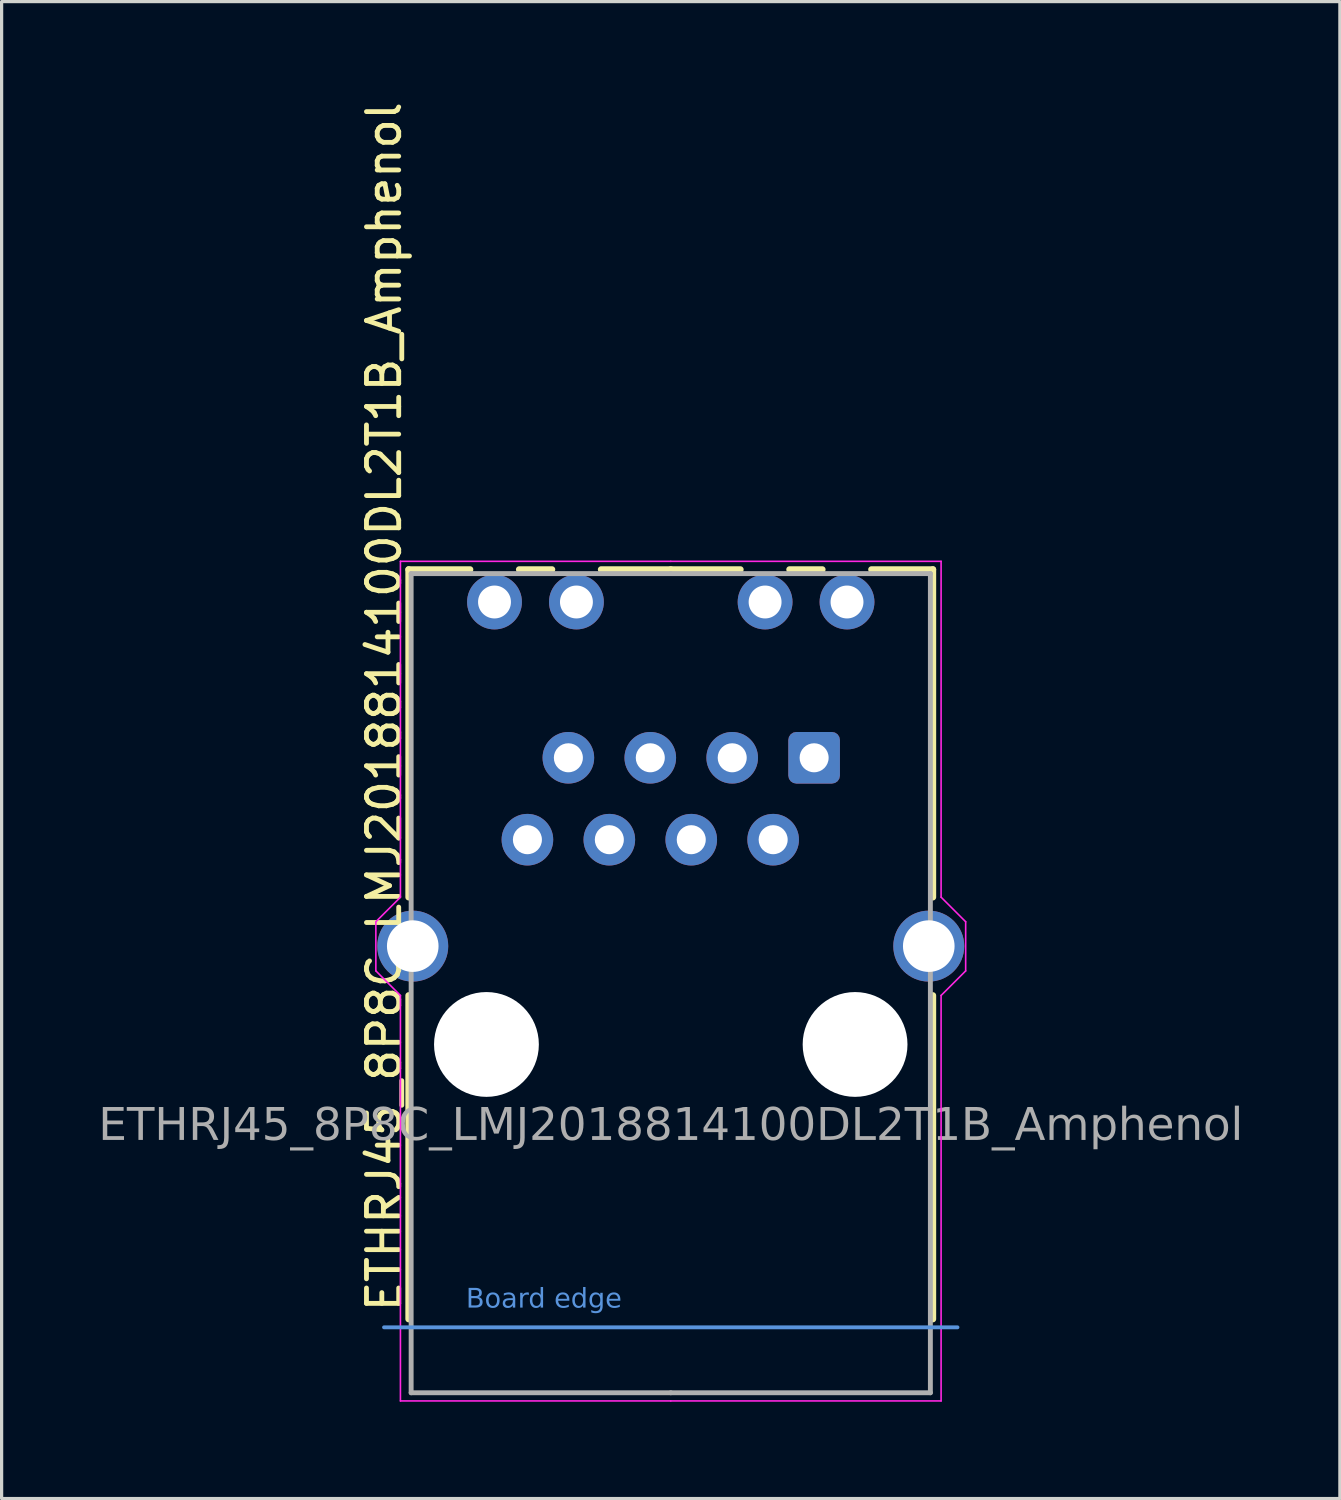
<source format=kicad_pcb>
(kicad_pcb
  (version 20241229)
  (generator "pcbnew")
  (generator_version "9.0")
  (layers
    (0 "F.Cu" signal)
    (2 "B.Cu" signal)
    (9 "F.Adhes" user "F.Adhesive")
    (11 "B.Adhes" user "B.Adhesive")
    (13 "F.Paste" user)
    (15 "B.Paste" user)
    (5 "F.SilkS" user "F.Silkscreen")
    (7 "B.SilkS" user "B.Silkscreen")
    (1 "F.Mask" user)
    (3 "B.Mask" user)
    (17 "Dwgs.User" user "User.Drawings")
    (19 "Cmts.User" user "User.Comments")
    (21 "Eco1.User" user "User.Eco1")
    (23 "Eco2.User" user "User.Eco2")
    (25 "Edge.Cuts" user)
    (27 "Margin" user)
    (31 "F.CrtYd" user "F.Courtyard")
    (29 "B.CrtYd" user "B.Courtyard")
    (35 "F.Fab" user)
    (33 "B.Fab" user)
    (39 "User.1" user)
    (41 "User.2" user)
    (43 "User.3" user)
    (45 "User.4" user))
  (footprint "ETHRJ45_8P8C_LMJ2018814100DL2T1B_Amphenol"
    (layer "F.Cu")
    (at 17.748 25.848)
    (property "Reference" "ETHRJ45_8P8C_LMJ2018814100DL2T1B_Amphenol" (at -8.89 -6.985 90) (layer "F.SilkS") (effects (font (size 1 1) (thickness 0.15))))
    (attr through_hole)
    (fp_line (start -8.128 -1.079) (end -8.128 -11.239) (stroke (width 0.203) (type solid)) (layer "F.SilkS"))
    (fp_line (start -8.128 1.968) (end -8.128 12.002) (stroke (width 0.203) (type solid)) (layer "F.SilkS"))
    (fp_line (start -6.223 -11.239) (end -8.128 -11.239) (stroke (width 0.203) (type solid)) (layer "F.SilkS"))
    (fp_line (start -4.699 -11.239) (end -3.683 -11.239) (stroke (width 0.203) (type solid)) (layer "F.SilkS"))
    (fp_line (start 0 -11.239) (end -2.159 -11.239) (stroke (width 0.203) (type solid)) (layer "F.SilkS"))
    (fp_line (start 0 -11.239) (end 2.159 -11.239) (stroke (width 0.203) (type solid)) (layer "F.SilkS"))
    (fp_line (start 4.699 -11.239) (end 3.683 -11.239) (stroke (width 0.203) (type solid)) (layer "F.SilkS"))
    (fp_line (start 6.223 -11.239) (end 8.128 -11.239) (stroke (width 0.203) (type solid)) (layer "F.SilkS"))
    (fp_line (start 8.128 -1.079) (end 8.128 -11.239) (stroke (width 0.203) (type solid)) (layer "F.SilkS"))
    (fp_line (start 8.128 1.968) (end 8.128 12.002) (stroke (width 0.203) (type solid)) (layer "F.SilkS"))
    (fp_line (start -8.89 12.258) (end 8.89 12.258) (stroke (width 0.12) (type default)) (layer "Cmts.User"))
    (fp_line (start -9.144 1.206) (end -9.144 -0.318) (stroke (width 0.05) (type solid)) (layer "F.CrtYd"))
    (fp_line (start -9.144 1.206) (end -8.382 1.968) (stroke (width 0.05) (type solid)) (layer "F.CrtYd"))
    (fp_line (start -8.382 -11.493) (end -8.382 -1.079) (stroke (width 0.05) (type solid)) (layer "F.CrtYd"))
    (fp_line (start -8.382 -11.493) (end 0 -11.493) (stroke (width 0.05) (type solid)) (layer "F.CrtYd"))
    (fp_line (start -8.382 -1.079) (end -9.144 -0.318) (stroke (width 0.05) (type solid)) (layer "F.CrtYd"))
    (fp_line (start -8.382 14.541) (end -8.382 1.968) (stroke (width 0.05) (type solid)) (layer "F.CrtYd"))
    (fp_line (start -8.382 14.541) (end 0 14.541) (stroke (width 0.05) (type solid)) (layer "F.CrtYd"))
    (fp_line (start 8.382 -11.493) (end 0 -11.493) (stroke (width 0.05) (type solid)) (layer "F.CrtYd"))
    (fp_line (start 8.382 -11.493) (end 8.382 -1.079) (stroke (width 0.05) (type solid)) (layer "F.CrtYd"))
    (fp_line (start 8.382 -1.079) (end 9.144 -0.318) (stroke (width 0.05) (type solid)) (layer "F.CrtYd"))
    (fp_line (start 8.382 14.541) (end 0 14.541) (stroke (width 0.05) (type solid)) (layer "F.CrtYd"))
    (fp_line (start 8.382 14.541) (end 8.382 1.968) (stroke (width 0.05) (type solid)) (layer "F.CrtYd"))
    (fp_line (start 9.144 1.206) (end 8.382 1.968) (stroke (width 0.05) (type solid)) (layer "F.CrtYd"))
    (fp_line (start 9.144 1.206) (end 9.144 -0.318) (stroke (width 0.05) (type solid)) (layer "F.CrtYd"))
    (fp_line (start -8.05 14.287) (end -8.05 -11.113) (stroke (width 0.152) (type default)) (layer "F.Fab"))
    (fp_line (start 0 -11.113) (end -8.05 -11.113) (stroke (width 0.152) (type default)) (layer "F.Fab"))
    (fp_line (start 0 -11.113) (end 8.05 -11.113) (stroke (width 0.152) (type default)) (layer "F.Fab"))
    (fp_line (start 0 14.287) (end -8.05 14.287) (stroke (width 0.152) (type default)) (layer "F.Fab"))
    (fp_line (start 0 14.287) (end 8.05 14.287) (stroke (width 0.152) (type default)) (layer "F.Fab"))
    (fp_line (start 8.05 14.287) (end 8.05 -11.113) (stroke (width 0.152) (type default)) (layer "F.Fab"))
    (fp_text user "Board edge" (at -6.35 11.748 0) (unlocked yes) (layer "Cmts.User") (effects (font (face "Tahoma") (size 0.6 0.6) (thickness 0.15)) (justify left bottom)))
    (fp_text user "${REFERENCE}" (at 0 6.032 0) (layer "F.Fab") (effects (font (face "Tahoma") (size 1 1) (thickness 0.15))))
    (pad "" np_thru_hole circle (at -5.715 3.487) (size 3.25 3.25) (drill 3.25) (layers "*.Cu" "*.Mask"))
    (pad "" np_thru_hole circle (at 5.715 3.487) (size 3.25 3.25) (drill 3.25) (property pad_prop_heatsink) (layers "*.Cu" "*.Mask"))
    (pad "1" thru_hole roundrect (at 4.445 -5.402) (size 1.6 1.6) (drill 0.9) (layers "*.Cu" "*.Mask") (roundrect_rratio 0.156))
    (pad "2" thru_hole circle (at 3.175 -2.862) (size 1.6 1.6) (drill 0.9) (layers "*.Cu" "*.Mask"))
    (pad "3" thru_hole circle (at 1.905 -5.402) (size 1.6 1.6) (drill 0.9) (layers "*.Cu" "*.Mask"))
    (pad "4" thru_hole circle (at 0.635 -2.862) (size 1.6 1.6) (drill 0.9) (layers "*.Cu" "*.Mask"))
    (pad "5" thru_hole circle (at -0.635 -5.402) (size 1.6 1.6) (drill 0.9) (layers "*.Cu" "*.Mask"))
    (pad "6" thru_hole circle (at -1.905 -2.862) (size 1.6 1.6) (drill 0.9) (layers "*.Cu" "*.Mask"))
    (pad "7" thru_hole circle (at -3.175 -5.402) (size 1.6 1.6) (drill 0.9) (layers "*.Cu" "*.Mask"))
    (pad "8" thru_hole circle (at -4.445 -2.862) (size 1.6 1.6) (drill 0.9) (layers "*.Cu" "*.Mask"))
    (pad "9" thru_hole circle (at 5.465 -10.232) (size 1.7 1.7) (drill 1.02) (layers "*.Cu" "*.Mask"))
    (pad "10" thru_hole circle (at 2.925 -10.232) (size 1.7 1.7) (drill 1.02) (layers "*.Cu" "*.Mask"))
    (pad "11" thru_hole circle (at -2.925 -10.232) (size 1.7 1.7) (drill 1.02) (layers "*.Cu" "*.Mask"))
    (pad "12" thru_hole circle (at -5.465 -10.232) (size 1.7 1.7) (drill 1.02) (layers "*.Cu" "*.Mask"))
    (pad "SH" thru_hole circle (at -8 0.438) (size 2.2 2.2) (drill 1.6) (property pad_prop_heatsink) (layers "*.Cu" "*.Mask"))
    (pad "SH" thru_hole circle (at 8 0.438) (size 2.2 2.2) (drill 1.6) (property pad_prop_heatsink) (layers "*.Cu" "*.Mask")))
  (gr_rect
    (start -3 -3)
    (end 38.495 43.415)
    (stroke (width 0.1) (type default))
    (fill no)
    (layer "Edge.Cuts")))
</source>
